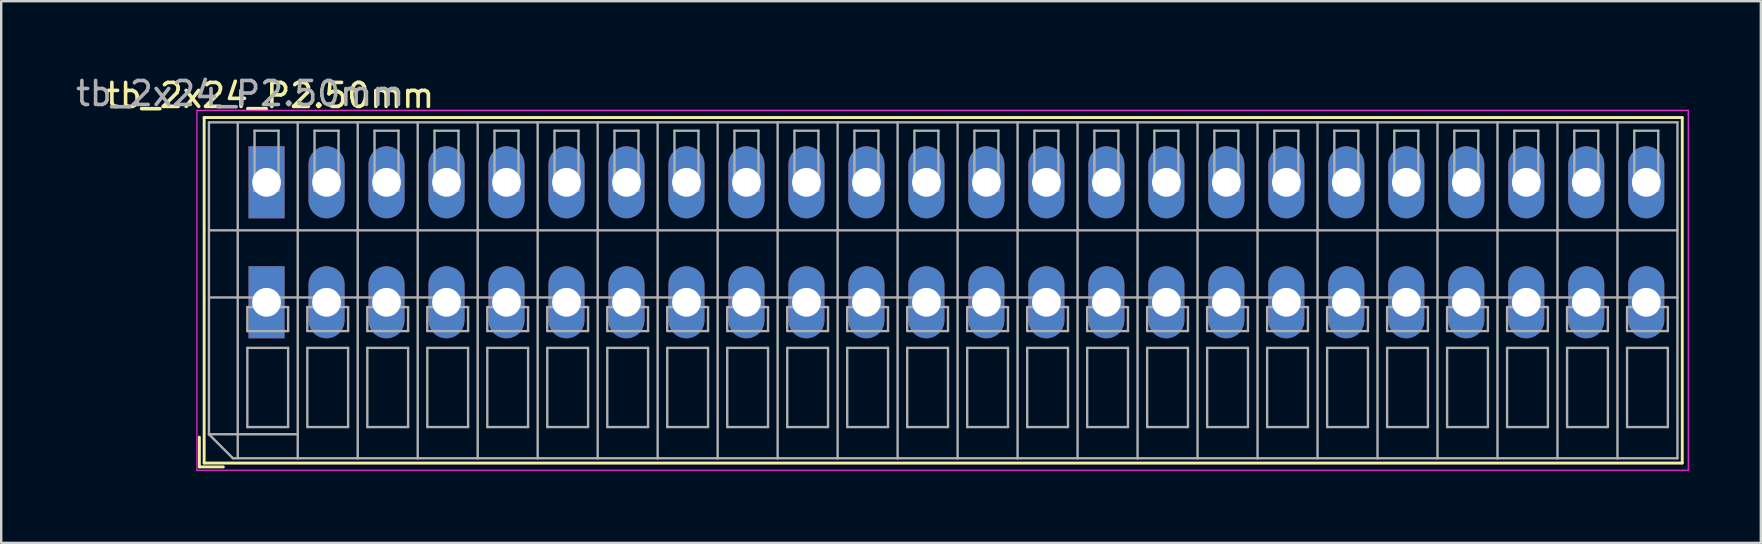
<source format=kicad_pcb>
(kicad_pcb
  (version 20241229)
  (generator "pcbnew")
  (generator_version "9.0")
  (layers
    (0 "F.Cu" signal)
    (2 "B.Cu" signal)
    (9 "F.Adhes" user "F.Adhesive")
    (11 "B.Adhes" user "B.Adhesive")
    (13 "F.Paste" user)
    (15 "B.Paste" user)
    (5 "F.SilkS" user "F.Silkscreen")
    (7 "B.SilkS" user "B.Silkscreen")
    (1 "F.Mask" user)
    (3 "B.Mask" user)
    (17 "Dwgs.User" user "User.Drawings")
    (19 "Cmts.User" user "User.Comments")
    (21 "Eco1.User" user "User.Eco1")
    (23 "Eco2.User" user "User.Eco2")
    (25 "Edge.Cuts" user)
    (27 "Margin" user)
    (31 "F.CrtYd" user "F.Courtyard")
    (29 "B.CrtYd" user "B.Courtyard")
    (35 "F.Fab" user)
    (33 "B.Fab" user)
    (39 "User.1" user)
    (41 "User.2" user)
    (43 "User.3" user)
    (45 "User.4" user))
  (footprint "tb_2x24_P2.50mm"
    (layer "F.Cu")
    (at 8.058 7.048)
    (property "Reference" "tb_2x24_P2.50mm" (at 0.15 -6.12 0) (layer "F.SilkS") (effects (font (size 1 1) (thickness 0.15))))
    (attr through_hole)
    (fp_line (start -2.8 8.12) (end -2.8 9.36) (stroke (width 0.12) (type solid)) (layer "F.SilkS"))
    (fp_line (start -2.8 9.36) (end -1.8 9.36) (stroke (width 0.12) (type solid)) (layer "F.SilkS"))
    (fp_line (start -2.6 -5.2) (end -2.6 9.2) (stroke (width 0.12) (type solid)) (layer "F.SilkS"))
    (fp_line (start -2.6 -5.2) (end 59 -5.2) (stroke (width 0.12) (type solid)) (layer "F.SilkS"))
    (fp_line (start -2.6 9.2) (end 59 9.2) (stroke (width 0.12) (type solid)) (layer "F.SilkS"))
    (fp_line (start 59 -5.2) (end 59 9.2) (stroke (width 0.12) (type solid)) (layer "F.SilkS"))
    (fp_line (start -2.9 -5.5) (end -2.9 9.5) (stroke (width 0.05) (type solid)) (layer "F.CrtYd"))
    (fp_line (start -2.9 9.5) (end 59.25 9.5) (stroke (width 0.05) (type solid)) (layer "F.CrtYd"))
    (fp_line (start 59.25 -5.5) (end -2.9 -5.5) (stroke (width 0.05) (type solid)) (layer "F.CrtYd"))
    (fp_line (start 59.25 -5.5) (end 59.25 9.5) (stroke (width 0.05) (type solid)) (layer "F.CrtYd"))
    (fp_line (start -2.4 -5) (end 1.3 -5) (stroke (width 0.1) (type solid)) (layer "F.Fab"))
    (fp_line (start -2.4 -0.5) (end 1.3 -0.5) (stroke (width 0.1) (type solid)) (layer "F.Fab"))
    (fp_line (start -2.4 2.3) (end 1.3 2.3) (stroke (width 0.1) (type solid)) (layer "F.Fab"))
    (fp_line (start -2.4 8) (end -2.4 -5) (stroke (width 0.1) (type solid)) (layer "F.Fab"))
    (fp_line (start -2.4 8) (end 1.3 8) (stroke (width 0.1) (type solid)) (layer "F.Fab"))
    (fp_line (start -1.4 9) (end -2.4 8) (stroke (width 0.1) (type solid)) (layer "F.Fab"))
    (fp_line (start -1.4 9) (end 1.3 9) (stroke (width 0.1) (type solid)) (layer "F.Fab"))
    (fp_line (start -1.2 -5) (end -1.2 9) (stroke (width 0.1) (type solid)) (layer "F.Fab"))
    (fp_line (start -0.8 2.7) (end -0.8 3.7) (stroke (width 0.1) (type solid)) (layer "F.Fab"))
    (fp_line (start -0.8 3.7) (end 0.9 3.7) (stroke (width 0.1) (type solid)) (layer "F.Fab"))
    (fp_line (start -0.8 4.4) (end -0.8 7.7) (stroke (width 0.1) (type solid)) (layer "F.Fab"))
    (fp_line (start -0.8 7.7) (end 0.9 7.7) (stroke (width 0.1) (type solid)) (layer "F.Fab"))
    (fp_line (start -0.5 -4.65) (end -0.5 -2.15) (stroke (width 0.1) (type solid)) (layer "F.Fab"))
    (fp_line (start -0.5 -2.15) (end 0.5 -2.15) (stroke (width 0.1) (type solid)) (layer "F.Fab"))
    (fp_line (start 0.5 -4.65) (end -0.5 -4.65) (stroke (width 0.1) (type solid)) (layer "F.Fab"))
    (fp_line (start 0.5 -2.15) (end 0.5 -4.65) (stroke (width 0.1) (type solid)) (layer "F.Fab"))
    (fp_line (start 0.9 2.7) (end -0.8 2.7) (stroke (width 0.1) (type solid)) (layer "F.Fab"))
    (fp_line (start 0.9 3.7) (end 0.9 2.7) (stroke (width 0.1) (type solid)) (layer "F.Fab"))
    (fp_line (start 0.9 4.4) (end -0.8 4.4) (stroke (width 0.1) (type solid)) (layer "F.Fab"))
    (fp_line (start 0.9 7.7) (end 0.9 4.4) (stroke (width 0.1) (type solid)) (layer "F.Fab"))
    (fp_line (start 1.3 -5) (end 3.8 -5) (stroke (width 0.1) (type solid)) (layer "F.Fab"))
    (fp_line (start 1.3 -0.5) (end 3.8 -0.5) (stroke (width 0.1) (type solid)) (layer "F.Fab"))
    (fp_line (start 1.3 2.3) (end 3.8 2.3) (stroke (width 0.1) (type solid)) (layer "F.Fab"))
    (fp_line (start 1.3 9) (end 1.3 -5) (stroke (width 0.1) (type solid)) (layer "F.Fab"))
    (fp_line (start 1.3 9) (end 3.8 9) (stroke (width 0.1) (type solid)) (layer "F.Fab"))
    (fp_line (start 1.7 2.7) (end 1.7 3.7) (stroke (width 0.1) (type solid)) (layer "F.Fab"))
    (fp_line (start 1.7 3.7) (end 3.4 3.7) (stroke (width 0.1) (type solid)) (layer "F.Fab"))
    (fp_line (start 1.7 4.4) (end 1.7 7.7) (stroke (width 0.1) (type solid)) (layer "F.Fab"))
    (fp_line (start 1.7 7.7) (end 3.4 7.7) (stroke (width 0.1) (type solid)) (layer "F.Fab"))
    (fp_line (start 2 -4.65) (end 2 -2.15) (stroke (width 0.1) (type solid)) (layer "F.Fab"))
    (fp_line (start 2 -2.15) (end 3 -2.15) (stroke (width 0.1) (type solid)) (layer "F.Fab"))
    (fp_line (start 3 -4.65) (end 2 -4.65) (stroke (width 0.1) (type solid)) (layer "F.Fab"))
    (fp_line (start 3 -2.15) (end 3 -4.65) (stroke (width 0.1) (type solid)) (layer "F.Fab"))
    (fp_line (start 3.4 2.7) (end 1.7 2.7) (stroke (width 0.1) (type solid)) (layer "F.Fab"))
    (fp_line (start 3.4 3.7) (end 3.4 2.7) (stroke (width 0.1) (type solid)) (layer "F.Fab"))
    (fp_line (start 3.4 4.4) (end 1.7 4.4) (stroke (width 0.1) (type solid)) (layer "F.Fab"))
    (fp_line (start 3.4 7.7) (end 3.4 4.4) (stroke (width 0.1) (type solid)) (layer "F.Fab"))
    (fp_line (start 3.8 -5) (end 6.3 -5) (stroke (width 0.1) (type solid)) (layer "F.Fab"))
    (fp_line (start 3.8 -0.5) (end 6.3 -0.5) (stroke (width 0.1) (type solid)) (layer "F.Fab"))
    (fp_line (start 3.8 2.3) (end 6.3 2.3) (stroke (width 0.1) (type solid)) (layer "F.Fab"))
    (fp_line (start 3.8 9) (end 3.8 -5) (stroke (width 0.1) (type solid)) (layer "F.Fab"))
    (fp_line (start 3.8 9) (end 6.3 9) (stroke (width 0.1) (type solid)) (layer "F.Fab"))
    (fp_line (start 4.2 2.7) (end 4.2 3.7) (stroke (width 0.1) (type solid)) (layer "F.Fab"))
    (fp_line (start 4.2 3.7) (end 5.9 3.7) (stroke (width 0.1) (type solid)) (layer "F.Fab"))
    (fp_line (start 4.2 4.4) (end 4.2 7.7) (stroke (width 0.1) (type solid)) (layer "F.Fab"))
    (fp_line (start 4.2 7.7) (end 5.9 7.7) (stroke (width 0.1) (type solid)) (layer "F.Fab"))
    (fp_line (start 4.5 -4.65) (end 4.5 -2.15) (stroke (width 0.1) (type solid)) (layer "F.Fab"))
    (fp_line (start 4.5 -2.15) (end 5.5 -2.15) (stroke (width 0.1) (type solid)) (layer "F.Fab"))
    (fp_line (start 5.5 -4.65) (end 4.5 -4.65) (stroke (width 0.1) (type solid)) (layer "F.Fab"))
    (fp_line (start 5.5 -2.15) (end 5.5 -4.65) (stroke (width 0.1) (type solid)) (layer "F.Fab"))
    (fp_line (start 5.9 2.7) (end 4.2 2.7) (stroke (width 0.1) (type solid)) (layer "F.Fab"))
    (fp_line (start 5.9 3.7) (end 5.9 2.7) (stroke (width 0.1) (type solid)) (layer "F.Fab"))
    (fp_line (start 5.9 4.4) (end 4.2 4.4) (stroke (width 0.1) (type solid)) (layer "F.Fab"))
    (fp_line (start 5.9 7.7) (end 5.9 4.4) (stroke (width 0.1) (type solid)) (layer "F.Fab"))
    (fp_line (start 6.3 -5) (end 8.8 -5) (stroke (width 0.1) (type solid)) (layer "F.Fab"))
    (fp_line (start 6.3 -0.5) (end 8.8 -0.5) (stroke (width 0.1) (type solid)) (layer "F.Fab"))
    (fp_line (start 6.3 2.3) (end 8.8 2.3) (stroke (width 0.1) (type solid)) (layer "F.Fab"))
    (fp_line (start 6.3 9) (end 6.3 -5) (stroke (width 0.1) (type solid)) (layer "F.Fab"))
    (fp_line (start 6.3 9) (end 8.8 9) (stroke (width 0.1) (type solid)) (layer "F.Fab"))
    (fp_line (start 6.7 2.7) (end 6.7 3.7) (stroke (width 0.1) (type solid)) (layer "F.Fab"))
    (fp_line (start 6.7 3.7) (end 8.4 3.7) (stroke (width 0.1) (type solid)) (layer "F.Fab"))
    (fp_line (start 6.7 4.4) (end 6.7 7.7) (stroke (width 0.1) (type solid)) (layer "F.Fab"))
    (fp_line (start 6.7 7.7) (end 8.4 7.7) (stroke (width 0.1) (type solid)) (layer "F.Fab"))
    (fp_line (start 7 -4.65) (end 7 -2.15) (stroke (width 0.1) (type solid)) (layer "F.Fab"))
    (fp_line (start 7 -2.15) (end 8 -2.15) (stroke (width 0.1) (type solid)) (layer "F.Fab"))
    (fp_line (start 8 -4.65) (end 7 -4.65) (stroke (width 0.1) (type solid)) (layer "F.Fab"))
    (fp_line (start 8 -2.15) (end 8 -4.65) (stroke (width 0.1) (type solid)) (layer "F.Fab"))
    (fp_line (start 8.4 2.7) (end 6.7 2.7) (stroke (width 0.1) (type solid)) (layer "F.Fab"))
    (fp_line (start 8.4 3.7) (end 8.4 2.7) (stroke (width 0.1) (type solid)) (layer "F.Fab"))
    (fp_line (start 8.4 4.4) (end 6.7 4.4) (stroke (width 0.1) (type solid)) (layer "F.Fab"))
    (fp_line (start 8.4 7.7) (end 8.4 4.4) (stroke (width 0.1) (type solid)) (layer "F.Fab"))
    (fp_line (start 8.8 -5) (end 11.3 -5) (stroke (width 0.1) (type solid)) (layer "F.Fab"))
    (fp_line (start 8.8 -0.5) (end 11.3 -0.5) (stroke (width 0.1) (type solid)) (layer "F.Fab"))
    (fp_line (start 8.8 2.3) (end 11.3 2.3) (stroke (width 0.1) (type solid)) (layer "F.Fab"))
    (fp_line (start 8.8 9) (end 8.8 -5) (stroke (width 0.1) (type solid)) (layer "F.Fab"))
    (fp_line (start 8.8 9) (end 11.3 9) (stroke (width 0.1) (type solid)) (layer "F.Fab"))
    (fp_line (start 9.2 2.7) (end 9.2 3.7) (stroke (width 0.1) (type solid)) (layer "F.Fab"))
    (fp_line (start 9.2 3.7) (end 10.9 3.7) (stroke (width 0.1) (type solid)) (layer "F.Fab"))
    (fp_line (start 9.2 4.4) (end 9.2 7.7) (stroke (width 0.1) (type solid)) (layer "F.Fab"))
    (fp_line (start 9.2 7.7) (end 10.9 7.7) (stroke (width 0.1) (type solid)) (layer "F.Fab"))
    (fp_line (start 9.5 -4.65) (end 9.5 -2.15) (stroke (width 0.1) (type solid)) (layer "F.Fab"))
    (fp_line (start 9.5 -2.15) (end 10.5 -2.15) (stroke (width 0.1) (type solid)) (layer "F.Fab"))
    (fp_line (start 10.5 -4.65) (end 9.5 -4.65) (stroke (width 0.1) (type solid)) (layer "F.Fab"))
    (fp_line (start 10.5 -2.15) (end 10.5 -4.65) (stroke (width 0.1) (type solid)) (layer "F.Fab"))
    (fp_line (start 10.9 2.7) (end 9.2 2.7) (stroke (width 0.1) (type solid)) (layer "F.Fab"))
    (fp_line (start 10.9 3.7) (end 10.9 2.7) (stroke (width 0.1) (type solid)) (layer "F.Fab"))
    (fp_line (start 10.9 4.4) (end 9.2 4.4) (stroke (width 0.1) (type solid)) (layer "F.Fab"))
    (fp_line (start 10.9 7.7) (end 10.9 4.4) (stroke (width 0.1) (type solid)) (layer "F.Fab"))
    (fp_line (start 11.3 -5) (end 13.8 -5) (stroke (width 0.1) (type solid)) (layer "F.Fab"))
    (fp_line (start 11.3 -0.5) (end 13.8 -0.5) (stroke (width 0.1) (type solid)) (layer "F.Fab"))
    (fp_line (start 11.3 2.3) (end 13.8 2.3) (stroke (width 0.1) (type solid)) (layer "F.Fab"))
    (fp_line (start 11.3 9) (end 11.3 -5) (stroke (width 0.1) (type solid)) (layer "F.Fab"))
    (fp_line (start 11.3 9) (end 13.8 9) (stroke (width 0.1) (type solid)) (layer "F.Fab"))
    (fp_line (start 11.7 2.7) (end 11.7 3.7) (stroke (width 0.1) (type solid)) (layer "F.Fab"))
    (fp_line (start 11.7 3.7) (end 13.4 3.7) (stroke (width 0.1) (type solid)) (layer "F.Fab"))
    (fp_line (start 11.7 4.4) (end 11.7 7.7) (stroke (width 0.1) (type solid)) (layer "F.Fab"))
    (fp_line (start 11.7 7.7) (end 13.4 7.7) (stroke (width 0.1) (type solid)) (layer "F.Fab"))
    (fp_line (start 12 -4.65) (end 12 -2.15) (stroke (width 0.1) (type solid)) (layer "F.Fab"))
    (fp_line (start 12 -2.15) (end 13 -2.15) (stroke (width 0.1) (type solid)) (layer "F.Fab"))
    (fp_line (start 13 -4.65) (end 12 -4.65) (stroke (width 0.1) (type solid)) (layer "F.Fab"))
    (fp_line (start 13 -2.15) (end 13 -4.65) (stroke (width 0.1) (type solid)) (layer "F.Fab"))
    (fp_line (start 13.4 2.7) (end 11.7 2.7) (stroke (width 0.1) (type solid)) (layer "F.Fab"))
    (fp_line (start 13.4 3.7) (end 13.4 2.7) (stroke (width 0.1) (type solid)) (layer "F.Fab"))
    (fp_line (start 13.4 4.4) (end 11.7 4.4) (stroke (width 0.1) (type solid)) (layer "F.Fab"))
    (fp_line (start 13.4 7.7) (end 13.4 4.4) (stroke (width 0.1) (type solid)) (layer "F.Fab"))
    (fp_line (start 13.8 -5) (end 16.3 -5) (stroke (width 0.1) (type solid)) (layer "F.Fab"))
    (fp_line (start 13.8 -0.5) (end 16.3 -0.5) (stroke (width 0.1) (type solid)) (layer "F.Fab"))
    (fp_line (start 13.8 2.3) (end 16.3 2.3) (stroke (width 0.1) (type solid)) (layer "F.Fab"))
    (fp_line (start 13.8 9) (end 13.8 -5) (stroke (width 0.1) (type solid)) (layer "F.Fab"))
    (fp_line (start 13.8 9) (end 16.3 9) (stroke (width 0.1) (type solid)) (layer "F.Fab"))
    (fp_line (start 14.2 2.7) (end 14.2 3.7) (stroke (width 0.1) (type solid)) (layer "F.Fab"))
    (fp_line (start 14.2 3.7) (end 15.9 3.7) (stroke (width 0.1) (type solid)) (layer "F.Fab"))
    (fp_line (start 14.2 4.4) (end 14.2 7.7) (stroke (width 0.1) (type solid)) (layer "F.Fab"))
    (fp_line (start 14.2 7.7) (end 15.9 7.7) (stroke (width 0.1) (type solid)) (layer "F.Fab"))
    (fp_line (start 14.5 -4.65) (end 14.5 -2.15) (stroke (width 0.1) (type solid)) (layer "F.Fab"))
    (fp_line (start 14.5 -2.15) (end 15.5 -2.15) (stroke (width 0.1) (type solid)) (layer "F.Fab"))
    (fp_line (start 15.5 -4.65) (end 14.5 -4.65) (stroke (width 0.1) (type solid)) (layer "F.Fab"))
    (fp_line (start 15.5 -2.15) (end 15.5 -4.65) (stroke (width 0.1) (type solid)) (layer "F.Fab"))
    (fp_line (start 15.9 2.7) (end 14.2 2.7) (stroke (width 0.1) (type solid)) (layer "F.Fab"))
    (fp_line (start 15.9 3.7) (end 15.9 2.7) (stroke (width 0.1) (type solid)) (layer "F.Fab"))
    (fp_line (start 15.9 4.4) (end 14.2 4.4) (stroke (width 0.1) (type solid)) (layer "F.Fab"))
    (fp_line (start 15.9 7.7) (end 15.9 4.4) (stroke (width 0.1) (type solid)) (layer "F.Fab"))
    (fp_line (start 16.3 -5) (end 18.8 -5) (stroke (width 0.1) (type solid)) (layer "F.Fab"))
    (fp_line (start 16.3 -0.5) (end 18.8 -0.5) (stroke (width 0.1) (type solid)) (layer "F.Fab"))
    (fp_line (start 16.3 2.3) (end 18.8 2.3) (stroke (width 0.1) (type solid)) (layer "F.Fab"))
    (fp_line (start 16.3 9) (end 16.3 -5) (stroke (width 0.1) (type solid)) (layer "F.Fab"))
    (fp_line (start 16.3 9) (end 18.8 9) (stroke (width 0.1) (type solid)) (layer "F.Fab"))
    (fp_line (start 16.7 2.7) (end 16.7 3.7) (stroke (width 0.1) (type solid)) (layer "F.Fab"))
    (fp_line (start 16.7 3.7) (end 18.4 3.7) (stroke (width 0.1) (type solid)) (layer "F.Fab"))
    (fp_line (start 16.7 4.4) (end 16.7 7.7) (stroke (width 0.1) (type solid)) (layer "F.Fab"))
    (fp_line (start 16.7 7.7) (end 18.4 7.7) (stroke (width 0.1) (type solid)) (layer "F.Fab"))
    (fp_line (start 17 -4.65) (end 17 -2.15) (stroke (width 0.1) (type solid)) (layer "F.Fab"))
    (fp_line (start 17 -2.15) (end 18 -2.15) (stroke (width 0.1) (type solid)) (layer "F.Fab"))
    (fp_line (start 18 -4.65) (end 17 -4.65) (stroke (width 0.1) (type solid)) (layer "F.Fab"))
    (fp_line (start 18 -2.15) (end 18 -4.65) (stroke (width 0.1) (type solid)) (layer "F.Fab"))
    (fp_line (start 18.4 2.7) (end 16.7 2.7) (stroke (width 0.1) (type solid)) (layer "F.Fab"))
    (fp_line (start 18.4 3.7) (end 18.4 2.7) (stroke (width 0.1) (type solid)) (layer "F.Fab"))
    (fp_line (start 18.4 4.4) (end 16.7 4.4) (stroke (width 0.1) (type solid)) (layer "F.Fab"))
    (fp_line (start 18.4 7.7) (end 18.4 4.4) (stroke (width 0.1) (type solid)) (layer "F.Fab"))
    (fp_line (start 18.8 -5) (end 21.3 -5) (stroke (width 0.1) (type solid)) (layer "F.Fab"))
    (fp_line (start 18.8 -0.5) (end 21.3 -0.5) (stroke (width 0.1) (type solid)) (layer "F.Fab"))
    (fp_line (start 18.8 2.3) (end 21.3 2.3) (stroke (width 0.1) (type solid)) (layer "F.Fab"))
    (fp_line (start 18.8 9) (end 18.8 -5) (stroke (width 0.1) (type solid)) (layer "F.Fab"))
    (fp_line (start 18.8 9) (end 21.3 9) (stroke (width 0.1) (type solid)) (layer "F.Fab"))
    (fp_line (start 19.2 2.7) (end 19.2 3.7) (stroke (width 0.1) (type solid)) (layer "F.Fab"))
    (fp_line (start 19.2 3.7) (end 20.9 3.7) (stroke (width 0.1) (type solid)) (layer "F.Fab"))
    (fp_line (start 19.2 4.4) (end 19.2 7.7) (stroke (width 0.1) (type solid)) (layer "F.Fab"))
    (fp_line (start 19.2 7.7) (end 20.9 7.7) (stroke (width 0.1) (type solid)) (layer "F.Fab"))
    (fp_line (start 19.5 -4.65) (end 19.5 -2.15) (stroke (width 0.1) (type solid)) (layer "F.Fab"))
    (fp_line (start 19.5 -2.15) (end 20.5 -2.15) (stroke (width 0.1) (type solid)) (layer "F.Fab"))
    (fp_line (start 20.5 -4.65) (end 19.5 -4.65) (stroke (width 0.1) (type solid)) (layer "F.Fab"))
    (fp_line (start 20.5 -2.15) (end 20.5 -4.65) (stroke (width 0.1) (type solid)) (layer "F.Fab"))
    (fp_line (start 20.9 2.7) (end 19.2 2.7) (stroke (width 0.1) (type solid)) (layer "F.Fab"))
    (fp_line (start 20.9 3.7) (end 20.9 2.7) (stroke (width 0.1) (type solid)) (layer "F.Fab"))
    (fp_line (start 20.9 4.4) (end 19.2 4.4) (stroke (width 0.1) (type solid)) (layer "F.Fab"))
    (fp_line (start 20.9 7.7) (end 20.9 4.4) (stroke (width 0.1) (type solid)) (layer "F.Fab"))
    (fp_line (start 21.3 -5) (end 23.8 -5) (stroke (width 0.1) (type solid)) (layer "F.Fab"))
    (fp_line (start 21.3 -0.5) (end 23.8 -0.5) (stroke (width 0.1) (type solid)) (layer "F.Fab"))
    (fp_line (start 21.3 2.3) (end 23.8 2.3) (stroke (width 0.1) (type solid)) (layer "F.Fab"))
    (fp_line (start 21.3 9) (end 21.3 -5) (stroke (width 0.1) (type solid)) (layer "F.Fab"))
    (fp_line (start 21.3 9) (end 23.8 9) (stroke (width 0.1) (type solid)) (layer "F.Fab"))
    (fp_line (start 21.7 2.7) (end 21.7 3.7) (stroke (width 0.1) (type solid)) (layer "F.Fab"))
    (fp_line (start 21.7 3.7) (end 23.4 3.7) (stroke (width 0.1) (type solid)) (layer "F.Fab"))
    (fp_line (start 21.7 4.4) (end 21.7 7.7) (stroke (width 0.1) (type solid)) (layer "F.Fab"))
    (fp_line (start 21.7 7.7) (end 23.4 7.7) (stroke (width 0.1) (type solid)) (layer "F.Fab"))
    (fp_line (start 22 -4.65) (end 22 -2.15) (stroke (width 0.1) (type solid)) (layer "F.Fab"))
    (fp_line (start 22 -2.15) (end 23 -2.15) (stroke (width 0.1) (type solid)) (layer "F.Fab"))
    (fp_line (start 23 -4.65) (end 22 -4.65) (stroke (width 0.1) (type solid)) (layer "F.Fab"))
    (fp_line (start 23 -2.15) (end 23 -4.65) (stroke (width 0.1) (type solid)) (layer "F.Fab"))
    (fp_line (start 23.4 2.7) (end 21.7 2.7) (stroke (width 0.1) (type solid)) (layer "F.Fab"))
    (fp_line (start 23.4 3.7) (end 23.4 2.7) (stroke (width 0.1) (type solid)) (layer "F.Fab"))
    (fp_line (start 23.4 4.4) (end 21.7 4.4) (stroke (width 0.1) (type solid)) (layer "F.Fab"))
    (fp_line (start 23.4 7.7) (end 23.4 4.4) (stroke (width 0.1) (type solid)) (layer "F.Fab"))
    (fp_line (start 23.8 -5) (end 26.3 -5) (stroke (width 0.1) (type solid)) (layer "F.Fab"))
    (fp_line (start 23.8 -0.5) (end 26.3 -0.5) (stroke (width 0.1) (type solid)) (layer "F.Fab"))
    (fp_line (start 23.8 2.3) (end 26.3 2.3) (stroke (width 0.1) (type solid)) (layer "F.Fab"))
    (fp_line (start 23.8 9) (end 23.8 -5) (stroke (width 0.1) (type solid)) (layer "F.Fab"))
    (fp_line (start 23.8 9) (end 26.3 9) (stroke (width 0.1) (type solid)) (layer "F.Fab"))
    (fp_line (start 24.2 2.7) (end 24.2 3.7) (stroke (width 0.1) (type solid)) (layer "F.Fab"))
    (fp_line (start 24.2 3.7) (end 25.9 3.7) (stroke (width 0.1) (type solid)) (layer "F.Fab"))
    (fp_line (start 24.2 4.4) (end 24.2 7.7) (stroke (width 0.1) (type solid)) (layer "F.Fab"))
    (fp_line (start 24.2 7.7) (end 25.9 7.7) (stroke (width 0.1) (type solid)) (layer "F.Fab"))
    (fp_line (start 24.5 -4.65) (end 24.5 -2.15) (stroke (width 0.1) (type solid)) (layer "F.Fab"))
    (fp_line (start 24.5 -2.15) (end 25.5 -2.15) (stroke (width 0.1) (type solid)) (layer "F.Fab"))
    (fp_line (start 25.5 -4.65) (end 24.5 -4.65) (stroke (width 0.1) (type solid)) (layer "F.Fab"))
    (fp_line (start 25.5 -2.15) (end 25.5 -4.65) (stroke (width 0.1) (type solid)) (layer "F.Fab"))
    (fp_line (start 25.9 2.7) (end 24.2 2.7) (stroke (width 0.1) (type solid)) (layer "F.Fab"))
    (fp_line (start 25.9 3.7) (end 25.9 2.7) (stroke (width 0.1) (type solid)) (layer "F.Fab"))
    (fp_line (start 25.9 4.4) (end 24.2 4.4) (stroke (width 0.1) (type solid)) (layer "F.Fab"))
    (fp_line (start 25.9 7.7) (end 25.9 4.4) (stroke (width 0.1) (type solid)) (layer "F.Fab"))
    (fp_line (start 26.3 -5) (end 28.8 -5) (stroke (width 0.1) (type solid)) (layer "F.Fab"))
    (fp_line (start 26.3 -0.5) (end 28.8 -0.5) (stroke (width 0.1) (type solid)) (layer "F.Fab"))
    (fp_line (start 26.3 2.3) (end 28.8 2.3) (stroke (width 0.1) (type solid)) (layer "F.Fab"))
    (fp_line (start 26.3 9) (end 26.3 -5) (stroke (width 0.1) (type solid)) (layer "F.Fab"))
    (fp_line (start 26.3 9) (end 28.8 9) (stroke (width 0.1) (type solid)) (layer "F.Fab"))
    (fp_line (start 26.7 2.7) (end 26.7 3.7) (stroke (width 0.1) (type solid)) (layer "F.Fab"))
    (fp_line (start 26.7 3.7) (end 28.4 3.7) (stroke (width 0.1) (type solid)) (layer "F.Fab"))
    (fp_line (start 26.7 4.4) (end 26.7 7.7) (stroke (width 0.1) (type solid)) (layer "F.Fab"))
    (fp_line (start 26.7 7.7) (end 28.4 7.7) (stroke (width 0.1) (type solid)) (layer "F.Fab"))
    (fp_line (start 27 -4.65) (end 27 -2.15) (stroke (width 0.1) (type solid)) (layer "F.Fab"))
    (fp_line (start 27 -2.15) (end 28 -2.15) (stroke (width 0.1) (type solid)) (layer "F.Fab"))
    (fp_line (start 28 -4.65) (end 27 -4.65) (stroke (width 0.1) (type solid)) (layer "F.Fab"))
    (fp_line (start 28 -2.15) (end 28 -4.65) (stroke (width 0.1) (type solid)) (layer "F.Fab"))
    (fp_line (start 28.4 2.7) (end 26.7 2.7) (stroke (width 0.1) (type solid)) (layer "F.Fab"))
    (fp_line (start 28.4 3.7) (end 28.4 2.7) (stroke (width 0.1) (type solid)) (layer "F.Fab"))
    (fp_line (start 28.4 4.4) (end 26.7 4.4) (stroke (width 0.1) (type solid)) (layer "F.Fab"))
    (fp_line (start 28.4 7.7) (end 28.4 4.4) (stroke (width 0.1) (type solid)) (layer "F.Fab"))
    (fp_line (start 28.8 -5) (end 31.3 -5) (stroke (width 0.1) (type solid)) (layer "F.Fab"))
    (fp_line (start 28.8 -0.5) (end 31.3 -0.5) (stroke (width 0.1) (type solid)) (layer "F.Fab"))
    (fp_line (start 28.8 2.3) (end 31.3 2.3) (stroke (width 0.1) (type solid)) (layer "F.Fab"))
    (fp_line (start 28.8 9) (end 28.8 -5) (stroke (width 0.1) (type solid)) (layer "F.Fab"))
    (fp_line (start 28.8 9) (end 31.3 9) (stroke (width 0.1) (type solid)) (layer "F.Fab"))
    (fp_line (start 29.2 2.7) (end 29.2 3.7) (stroke (width 0.1) (type solid)) (layer "F.Fab"))
    (fp_line (start 29.2 3.7) (end 30.9 3.7) (stroke (width 0.1) (type solid)) (layer "F.Fab"))
    (fp_line (start 29.2 4.4) (end 29.2 7.7) (stroke (width 0.1) (type solid)) (layer "F.Fab"))
    (fp_line (start 29.2 7.7) (end 30.9 7.7) (stroke (width 0.1) (type solid)) (layer "F.Fab"))
    (fp_line (start 29.5 -4.65) (end 29.5 -2.15) (stroke (width 0.1) (type solid)) (layer "F.Fab"))
    (fp_line (start 29.5 -2.15) (end 30.5 -2.15) (stroke (width 0.1) (type solid)) (layer "F.Fab"))
    (fp_line (start 30.5 -4.65) (end 29.5 -4.65) (stroke (width 0.1) (type solid)) (layer "F.Fab"))
    (fp_line (start 30.5 -2.15) (end 30.5 -4.65) (stroke (width 0.1) (type solid)) (layer "F.Fab"))
    (fp_line (start 30.9 2.7) (end 29.2 2.7) (stroke (width 0.1) (type solid)) (layer "F.Fab"))
    (fp_line (start 30.9 3.7) (end 30.9 2.7) (stroke (width 0.1) (type solid)) (layer "F.Fab"))
    (fp_line (start 30.9 4.4) (end 29.2 4.4) (stroke (width 0.1) (type solid)) (layer "F.Fab"))
    (fp_line (start 30.9 7.7) (end 30.9 4.4) (stroke (width 0.1) (type solid)) (layer "F.Fab"))
    (fp_line (start 31.3 -5) (end 33.8 -5) (stroke (width 0.1) (type solid)) (layer "F.Fab"))
    (fp_line (start 31.3 -0.5) (end 33.8 -0.5) (stroke (width 0.1) (type solid)) (layer "F.Fab"))
    (fp_line (start 31.3 2.3) (end 33.8 2.3) (stroke (width 0.1) (type solid)) (layer "F.Fab"))
    (fp_line (start 31.3 9) (end 31.3 -5) (stroke (width 0.1) (type solid)) (layer "F.Fab"))
    (fp_line (start 31.3 9) (end 33.8 9) (stroke (width 0.1) (type solid)) (layer "F.Fab"))
    (fp_line (start 31.7 2.7) (end 31.7 3.7) (stroke (width 0.1) (type solid)) (layer "F.Fab"))
    (fp_line (start 31.7 3.7) (end 33.4 3.7) (stroke (width 0.1) (type solid)) (layer "F.Fab"))
    (fp_line (start 31.7 4.4) (end 31.7 7.7) (stroke (width 0.1) (type solid)) (layer "F.Fab"))
    (fp_line (start 31.7 7.7) (end 33.4 7.7) (stroke (width 0.1) (type solid)) (layer "F.Fab"))
    (fp_line (start 32 -4.65) (end 32 -2.15) (stroke (width 0.1) (type solid)) (layer "F.Fab"))
    (fp_line (start 32 -2.15) (end 33 -2.15) (stroke (width 0.1) (type solid)) (layer "F.Fab"))
    (fp_line (start 33 -4.65) (end 32 -4.65) (stroke (width 0.1) (type solid)) (layer "F.Fab"))
    (fp_line (start 33 -2.15) (end 33 -4.65) (stroke (width 0.1) (type solid)) (layer "F.Fab"))
    (fp_line (start 33.4 2.7) (end 31.7 2.7) (stroke (width 0.1) (type solid)) (layer "F.Fab"))
    (fp_line (start 33.4 3.7) (end 33.4 2.7) (stroke (width 0.1) (type solid)) (layer "F.Fab"))
    (fp_line (start 33.4 4.4) (end 31.7 4.4) (stroke (width 0.1) (type solid)) (layer "F.Fab"))
    (fp_line (start 33.4 7.7) (end 33.4 4.4) (stroke (width 0.1) (type solid)) (layer "F.Fab"))
    (fp_line (start 33.8 -5) (end 36.3 -5) (stroke (width 0.1) (type solid)) (layer "F.Fab"))
    (fp_line (start 33.8 -0.5) (end 36.3 -0.5) (stroke (width 0.1) (type solid)) (layer "F.Fab"))
    (fp_line (start 33.8 2.3) (end 36.3 2.3) (stroke (width 0.1) (type solid)) (layer "F.Fab"))
    (fp_line (start 33.8 9) (end 33.8 -5) (stroke (width 0.1) (type solid)) (layer "F.Fab"))
    (fp_line (start 33.8 9) (end 36.3 9) (stroke (width 0.1) (type solid)) (layer "F.Fab"))
    (fp_line (start 34.2 2.7) (end 34.2 3.7) (stroke (width 0.1) (type solid)) (layer "F.Fab"))
    (fp_line (start 34.2 3.7) (end 35.9 3.7) (stroke (width 0.1) (type solid)) (layer "F.Fab"))
    (fp_line (start 34.2 4.4) (end 34.2 7.7) (stroke (width 0.1) (type solid)) (layer "F.Fab"))
    (fp_line (start 34.2 7.7) (end 35.9 7.7) (stroke (width 0.1) (type solid)) (layer "F.Fab"))
    (fp_line (start 34.5 -4.65) (end 34.5 -2.15) (stroke (width 0.1) (type solid)) (layer "F.Fab"))
    (fp_line (start 34.5 -2.15) (end 35.5 -2.15) (stroke (width 0.1) (type solid)) (layer "F.Fab"))
    (fp_line (start 35.5 -4.65) (end 34.5 -4.65) (stroke (width 0.1) (type solid)) (layer "F.Fab"))
    (fp_line (start 35.5 -2.15) (end 35.5 -4.65) (stroke (width 0.1) (type solid)) (layer "F.Fab"))
    (fp_line (start 35.9 2.7) (end 34.2 2.7) (stroke (width 0.1) (type solid)) (layer "F.Fab"))
    (fp_line (start 35.9 3.7) (end 35.9 2.7) (stroke (width 0.1) (type solid)) (layer "F.Fab"))
    (fp_line (start 35.9 4.4) (end 34.2 4.4) (stroke (width 0.1) (type solid)) (layer "F.Fab"))
    (fp_line (start 35.9 7.7) (end 35.9 4.4) (stroke (width 0.1) (type solid)) (layer "F.Fab"))
    (fp_line (start 36.3 -5) (end 38.8 -5) (stroke (width 0.1) (type solid)) (layer "F.Fab"))
    (fp_line (start 36.3 -0.5) (end 38.8 -0.5) (stroke (width 0.1) (type solid)) (layer "F.Fab"))
    (fp_line (start 36.3 2.3) (end 38.8 2.3) (stroke (width 0.1) (type solid)) (layer "F.Fab"))
    (fp_line (start 36.3 9) (end 36.3 -5) (stroke (width 0.1) (type solid)) (layer "F.Fab"))
    (fp_line (start 36.3 9) (end 38.8 9) (stroke (width 0.1) (type solid)) (layer "F.Fab"))
    (fp_line (start 36.7 2.7) (end 36.7 3.7) (stroke (width 0.1) (type solid)) (layer "F.Fab"))
    (fp_line (start 36.7 3.7) (end 38.4 3.7) (stroke (width 0.1) (type solid)) (layer "F.Fab"))
    (fp_line (start 36.7 4.4) (end 36.7 7.7) (stroke (width 0.1) (type solid)) (layer "F.Fab"))
    (fp_line (start 36.7 7.7) (end 38.4 7.7) (stroke (width 0.1) (type solid)) (layer "F.Fab"))
    (fp_line (start 37 -4.65) (end 37 -2.15) (stroke (width 0.1) (type solid)) (layer "F.Fab"))
    (fp_line (start 37 -2.15) (end 38 -2.15) (stroke (width 0.1) (type solid)) (layer "F.Fab"))
    (fp_line (start 38 -4.65) (end 37 -4.65) (stroke (width 0.1) (type solid)) (layer "F.Fab"))
    (fp_line (start 38 -2.15) (end 38 -4.65) (stroke (width 0.1) (type solid)) (layer "F.Fab"))
    (fp_line (start 38.4 2.7) (end 36.7 2.7) (stroke (width 0.1) (type solid)) (layer "F.Fab"))
    (fp_line (start 38.4 3.7) (end 38.4 2.7) (stroke (width 0.1) (type solid)) (layer "F.Fab"))
    (fp_line (start 38.4 4.4) (end 36.7 4.4) (stroke (width 0.1) (type solid)) (layer "F.Fab"))
    (fp_line (start 38.4 7.7) (end 38.4 4.4) (stroke (width 0.1) (type solid)) (layer "F.Fab"))
    (fp_line (start 38.8 -5) (end 41.3 -5) (stroke (width 0.1) (type solid)) (layer "F.Fab"))
    (fp_line (start 38.8 -0.5) (end 41.3 -0.5) (stroke (width 0.1) (type solid)) (layer "F.Fab"))
    (fp_line (start 38.8 2.3) (end 41.3 2.3) (stroke (width 0.1) (type solid)) (layer "F.Fab"))
    (fp_line (start 38.8 9) (end 38.8 -5) (stroke (width 0.1) (type solid)) (layer "F.Fab"))
    (fp_line (start 38.8 9) (end 41.3 9) (stroke (width 0.1) (type solid)) (layer "F.Fab"))
    (fp_line (start 39.2 2.7) (end 39.2 3.7) (stroke (width 0.1) (type solid)) (layer "F.Fab"))
    (fp_line (start 39.2 3.7) (end 40.9 3.7) (stroke (width 0.1) (type solid)) (layer "F.Fab"))
    (fp_line (start 39.2 4.4) (end 39.2 7.7) (stroke (width 0.1) (type solid)) (layer "F.Fab"))
    (fp_line (start 39.2 7.7) (end 40.9 7.7) (stroke (width 0.1) (type solid)) (layer "F.Fab"))
    (fp_line (start 39.5 -4.65) (end 39.5 -2.15) (stroke (width 0.1) (type solid)) (layer "F.Fab"))
    (fp_line (start 39.5 -2.15) (end 40.5 -2.15) (stroke (width 0.1) (type solid)) (layer "F.Fab"))
    (fp_line (start 40.5 -4.65) (end 39.5 -4.65) (stroke (width 0.1) (type solid)) (layer "F.Fab"))
    (fp_line (start 40.5 -2.15) (end 40.5 -4.65) (stroke (width 0.1) (type solid)) (layer "F.Fab"))
    (fp_line (start 40.9 2.7) (end 39.2 2.7) (stroke (width 0.1) (type solid)) (layer "F.Fab"))
    (fp_line (start 40.9 3.7) (end 40.9 2.7) (stroke (width 0.1) (type solid)) (layer "F.Fab"))
    (fp_line (start 40.9 4.4) (end 39.2 4.4) (stroke (width 0.1) (type solid)) (layer "F.Fab"))
    (fp_line (start 40.9 7.7) (end 40.9 4.4) (stroke (width 0.1) (type solid)) (layer "F.Fab"))
    (fp_line (start 41.3 -5) (end 43.8 -5) (stroke (width 0.1) (type solid)) (layer "F.Fab"))
    (fp_line (start 41.3 -0.5) (end 43.8 -0.5) (stroke (width 0.1) (type solid)) (layer "F.Fab"))
    (fp_line (start 41.3 2.3) (end 43.8 2.3) (stroke (width 0.1) (type solid)) (layer "F.Fab"))
    (fp_line (start 41.3 9) (end 41.3 -5) (stroke (width 0.1) (type solid)) (layer "F.Fab"))
    (fp_line (start 41.3 9) (end 43.8 9) (stroke (width 0.1) (type solid)) (layer "F.Fab"))
    (fp_line (start 41.7 2.7) (end 41.7 3.7) (stroke (width 0.1) (type solid)) (layer "F.Fab"))
    (fp_line (start 41.7 3.7) (end 43.4 3.7) (stroke (width 0.1) (type solid)) (layer "F.Fab"))
    (fp_line (start 41.7 4.4) (end 41.7 7.7) (stroke (width 0.1) (type solid)) (layer "F.Fab"))
    (fp_line (start 41.7 7.7) (end 43.4 7.7) (stroke (width 0.1) (type solid)) (layer "F.Fab"))
    (fp_line (start 42 -4.65) (end 42 -2.15) (stroke (width 0.1) (type solid)) (layer "F.Fab"))
    (fp_line (start 42 -2.15) (end 43 -2.15) (stroke (width 0.1) (type solid)) (layer "F.Fab"))
    (fp_line (start 43 -4.65) (end 42 -4.65) (stroke (width 0.1) (type solid)) (layer "F.Fab"))
    (fp_line (start 43 -2.15) (end 43 -4.65) (stroke (width 0.1) (type solid)) (layer "F.Fab"))
    (fp_line (start 43.4 2.7) (end 41.7 2.7) (stroke (width 0.1) (type solid)) (layer "F.Fab"))
    (fp_line (start 43.4 3.7) (end 43.4 2.7) (stroke (width 0.1) (type solid)) (layer "F.Fab"))
    (fp_line (start 43.4 4.4) (end 41.7 4.4) (stroke (width 0.1) (type solid)) (layer "F.Fab"))
    (fp_line (start 43.4 7.7) (end 43.4 4.4) (stroke (width 0.1) (type solid)) (layer "F.Fab"))
    (fp_line (start 43.8 -5) (end 46.3 -5) (stroke (width 0.1) (type solid)) (layer "F.Fab"))
    (fp_line (start 43.8 -0.5) (end 46.3 -0.5) (stroke (width 0.1) (type solid)) (layer "F.Fab"))
    (fp_line (start 43.8 2.3) (end 46.3 2.3) (stroke (width 0.1) (type solid)) (layer "F.Fab"))
    (fp_line (start 43.8 9) (end 43.8 -5) (stroke (width 0.1) (type solid)) (layer "F.Fab"))
    (fp_line (start 43.8 9) (end 46.3 9) (stroke (width 0.1) (type solid)) (layer "F.Fab"))
    (fp_line (start 44.2 2.7) (end 44.2 3.7) (stroke (width 0.1) (type solid)) (layer "F.Fab"))
    (fp_line (start 44.2 3.7) (end 45.9 3.7) (stroke (width 0.1) (type solid)) (layer "F.Fab"))
    (fp_line (start 44.2 4.4) (end 44.2 7.7) (stroke (width 0.1) (type solid)) (layer "F.Fab"))
    (fp_line (start 44.2 7.7) (end 45.9 7.7) (stroke (width 0.1) (type solid)) (layer "F.Fab"))
    (fp_line (start 44.5 -4.65) (end 44.5 -2.15) (stroke (width 0.1) (type solid)) (layer "F.Fab"))
    (fp_line (start 44.5 -2.15) (end 45.5 -2.15) (stroke (width 0.1) (type solid)) (layer "F.Fab"))
    (fp_line (start 45.5 -4.65) (end 44.5 -4.65) (stroke (width 0.1) (type solid)) (layer "F.Fab"))
    (fp_line (start 45.5 -2.15) (end 45.5 -4.65) (stroke (width 0.1) (type solid)) (layer "F.Fab"))
    (fp_line (start 45.9 2.7) (end 44.2 2.7) (stroke (width 0.1) (type solid)) (layer "F.Fab"))
    (fp_line (start 45.9 3.7) (end 45.9 2.7) (stroke (width 0.1) (type solid)) (layer "F.Fab"))
    (fp_line (start 45.9 4.4) (end 44.2 4.4) (stroke (width 0.1) (type solid)) (layer "F.Fab"))
    (fp_line (start 45.9 7.7) (end 45.9 4.4) (stroke (width 0.1) (type solid)) (layer "F.Fab"))
    (fp_line (start 46.3 -5) (end 48.8 -5) (stroke (width 0.1) (type solid)) (layer "F.Fab"))
    (fp_line (start 46.3 -0.5) (end 48.8 -0.5) (stroke (width 0.1) (type solid)) (layer "F.Fab"))
    (fp_line (start 46.3 2.3) (end 48.8 2.3) (stroke (width 0.1) (type solid)) (layer "F.Fab"))
    (fp_line (start 46.3 9) (end 46.3 -5) (stroke (width 0.1) (type solid)) (layer "F.Fab"))
    (fp_line (start 46.3 9) (end 48.8 9) (stroke (width 0.1) (type solid)) (layer "F.Fab"))
    (fp_line (start 46.7 2.7) (end 46.7 3.7) (stroke (width 0.1) (type solid)) (layer "F.Fab"))
    (fp_line (start 46.7 3.7) (end 48.4 3.7) (stroke (width 0.1) (type solid)) (layer "F.Fab"))
    (fp_line (start 46.7 4.4) (end 46.7 7.7) (stroke (width 0.1) (type solid)) (layer "F.Fab"))
    (fp_line (start 46.7 7.7) (end 48.4 7.7) (stroke (width 0.1) (type solid)) (layer "F.Fab"))
    (fp_line (start 47 -4.65) (end 47 -2.15) (stroke (width 0.1) (type solid)) (layer "F.Fab"))
    (fp_line (start 47 -2.15) (end 48 -2.15) (stroke (width 0.1) (type solid)) (layer "F.Fab"))
    (fp_line (start 48 -4.65) (end 47 -4.65) (stroke (width 0.1) (type solid)) (layer "F.Fab"))
    (fp_line (start 48 -2.15) (end 48 -4.65) (stroke (width 0.1) (type solid)) (layer "F.Fab"))
    (fp_line (start 48.4 2.7) (end 46.7 2.7) (stroke (width 0.1) (type solid)) (layer "F.Fab"))
    (fp_line (start 48.4 3.7) (end 48.4 2.7) (stroke (width 0.1) (type solid)) (layer "F.Fab"))
    (fp_line (start 48.4 4.4) (end 46.7 4.4) (stroke (width 0.1) (type solid)) (layer "F.Fab"))
    (fp_line (start 48.4 7.7) (end 48.4 4.4) (stroke (width 0.1) (type solid)) (layer "F.Fab"))
    (fp_line (start 48.8 -5) (end 51.3 -5) (stroke (width 0.1) (type solid)) (layer "F.Fab"))
    (fp_line (start 48.8 -0.5) (end 51.3 -0.5) (stroke (width 0.1) (type solid)) (layer "F.Fab"))
    (fp_line (start 48.8 2.3) (end 51.3 2.3) (stroke (width 0.1) (type solid)) (layer "F.Fab"))
    (fp_line (start 48.8 9) (end 48.8 -5) (stroke (width 0.1) (type solid)) (layer "F.Fab"))
    (fp_line (start 48.8 9) (end 51.3 9) (stroke (width 0.1) (type solid)) (layer "F.Fab"))
    (fp_line (start 49.2 2.7) (end 49.2 3.7) (stroke (width 0.1) (type solid)) (layer "F.Fab"))
    (fp_line (start 49.2 3.7) (end 50.9 3.7) (stroke (width 0.1) (type solid)) (layer "F.Fab"))
    (fp_line (start 49.2 4.4) (end 49.2 7.7) (stroke (width 0.1) (type solid)) (layer "F.Fab"))
    (fp_line (start 49.2 7.7) (end 50.9 7.7) (stroke (width 0.1) (type solid)) (layer "F.Fab"))
    (fp_line (start 49.5 -4.65) (end 49.5 -2.15) (stroke (width 0.1) (type solid)) (layer "F.Fab"))
    (fp_line (start 49.5 -2.15) (end 50.5 -2.15) (stroke (width 0.1) (type solid)) (layer "F.Fab"))
    (fp_line (start 50.5 -4.65) (end 49.5 -4.65) (stroke (width 0.1) (type solid)) (layer "F.Fab"))
    (fp_line (start 50.5 -2.15) (end 50.5 -4.65) (stroke (width 0.1) (type solid)) (layer "F.Fab"))
    (fp_line (start 50.9 2.7) (end 49.2 2.7) (stroke (width 0.1) (type solid)) (layer "F.Fab"))
    (fp_line (start 50.9 3.7) (end 50.9 2.7) (stroke (width 0.1) (type solid)) (layer "F.Fab"))
    (fp_line (start 50.9 4.4) (end 49.2 4.4) (stroke (width 0.1) (type solid)) (layer "F.Fab"))
    (fp_line (start 50.9 7.7) (end 50.9 4.4) (stroke (width 0.1) (type solid)) (layer "F.Fab"))
    (fp_line (start 51.3 -5) (end 53.8 -5) (stroke (width 0.1) (type solid)) (layer "F.Fab"))
    (fp_line (start 51.3 -0.5) (end 53.8 -0.5) (stroke (width 0.1) (type solid)) (layer "F.Fab"))
    (fp_line (start 51.3 2.3) (end 53.8 2.3) (stroke (width 0.1) (type solid)) (layer "F.Fab"))
    (fp_line (start 51.3 9) (end 51.3 -5) (stroke (width 0.1) (type solid)) (layer "F.Fab"))
    (fp_line (start 51.3 9) (end 53.8 9) (stroke (width 0.1) (type solid)) (layer "F.Fab"))
    (fp_line (start 51.7 2.7) (end 51.7 3.7) (stroke (width 0.1) (type solid)) (layer "F.Fab"))
    (fp_line (start 51.7 3.7) (end 53.4 3.7) (stroke (width 0.1) (type solid)) (layer "F.Fab"))
    (fp_line (start 51.7 4.4) (end 51.7 7.7) (stroke (width 0.1) (type solid)) (layer "F.Fab"))
    (fp_line (start 51.7 7.7) (end 53.4 7.7) (stroke (width 0.1) (type solid)) (layer "F.Fab"))
    (fp_line (start 52 -4.65) (end 52 -2.15) (stroke (width 0.1) (type solid)) (layer "F.Fab"))
    (fp_line (start 52 -2.15) (end 53 -2.15) (stroke (width 0.1) (type solid)) (layer "F.Fab"))
    (fp_line (start 53 -4.65) (end 52 -4.65) (stroke (width 0.1) (type solid)) (layer "F.Fab"))
    (fp_line (start 53 -2.15) (end 53 -4.65) (stroke (width 0.1) (type solid)) (layer "F.Fab"))
    (fp_line (start 53.4 2.7) (end 51.7 2.7) (stroke (width 0.1) (type solid)) (layer "F.Fab"))
    (fp_line (start 53.4 3.7) (end 53.4 2.7) (stroke (width 0.1) (type solid)) (layer "F.Fab"))
    (fp_line (start 53.4 4.4) (end 51.7 4.4) (stroke (width 0.1) (type solid)) (layer "F.Fab"))
    (fp_line (start 53.4 7.7) (end 53.4 4.4) (stroke (width 0.1) (type solid)) (layer "F.Fab"))
    (fp_line (start 53.8 -5) (end 56.3 -5) (stroke (width 0.1) (type solid)) (layer "F.Fab"))
    (fp_line (start 53.8 -0.5) (end 56.3 -0.5) (stroke (width 0.1) (type solid)) (layer "F.Fab"))
    (fp_line (start 53.8 2.3) (end 56.3 2.3) (stroke (width 0.1) (type solid)) (layer "F.Fab"))
    (fp_line (start 53.8 9) (end 53.8 -5) (stroke (width 0.1) (type solid)) (layer "F.Fab"))
    (fp_line (start 53.8 9) (end 56.3 9) (stroke (width 0.1) (type solid)) (layer "F.Fab"))
    (fp_line (start 54.2 2.7) (end 54.2 3.7) (stroke (width 0.1) (type solid)) (layer "F.Fab"))
    (fp_line (start 54.2 3.7) (end 55.9 3.7) (stroke (width 0.1) (type solid)) (layer "F.Fab"))
    (fp_line (start 54.2 4.4) (end 54.2 7.7) (stroke (width 0.1) (type solid)) (layer "F.Fab"))
    (fp_line (start 54.2 7.7) (end 55.9 7.7) (stroke (width 0.1) (type solid)) (layer "F.Fab"))
    (fp_line (start 54.5 -4.65) (end 54.5 -2.15) (stroke (width 0.1) (type solid)) (layer "F.Fab"))
    (fp_line (start 54.5 -2.15) (end 55.5 -2.15) (stroke (width 0.1) (type solid)) (layer "F.Fab"))
    (fp_line (start 55.5 -4.65) (end 54.5 -4.65) (stroke (width 0.1) (type solid)) (layer "F.Fab"))
    (fp_line (start 55.5 -2.15) (end 55.5 -4.65) (stroke (width 0.1) (type solid)) (layer "F.Fab"))
    (fp_line (start 55.9 2.7) (end 54.2 2.7) (stroke (width 0.1) (type solid)) (layer "F.Fab"))
    (fp_line (start 55.9 3.7) (end 55.9 2.7) (stroke (width 0.1) (type solid)) (layer "F.Fab"))
    (fp_line (start 55.9 4.4) (end 54.2 4.4) (stroke (width 0.1) (type solid)) (layer "F.Fab"))
    (fp_line (start 55.9 7.7) (end 55.9 4.4) (stroke (width 0.1) (type solid)) (layer "F.Fab"))
    (fp_line (start 56.3 -5) (end 58.8 -5) (stroke (width 0.1) (type solid)) (layer "F.Fab"))
    (fp_line (start 56.3 -0.5) (end 58.8 -0.5) (stroke (width 0.1) (type solid)) (layer "F.Fab"))
    (fp_line (start 56.3 2.3) (end 58.8 2.3) (stroke (width 0.1) (type solid)) (layer "F.Fab"))
    (fp_line (start 56.3 9) (end 56.3 -5) (stroke (width 0.1) (type solid)) (layer "F.Fab"))
    (fp_line (start 56.3 9) (end 58.8 9) (stroke (width 0.1) (type solid)) (layer "F.Fab"))
    (fp_line (start 56.7 2.7) (end 56.7 3.7) (stroke (width 0.1) (type solid)) (layer "F.Fab"))
    (fp_line (start 56.7 3.7) (end 58.4 3.7) (stroke (width 0.1) (type solid)) (layer "F.Fab"))
    (fp_line (start 56.7 4.4) (end 56.7 7.7) (stroke (width 0.1) (type solid)) (layer "F.Fab"))
    (fp_line (start 56.7 7.7) (end 58.4 7.7) (stroke (width 0.1) (type solid)) (layer "F.Fab"))
    (fp_line (start 57 -4.65) (end 57 -2.15) (stroke (width 0.1) (type solid)) (layer "F.Fab"))
    (fp_line (start 57 -2.15) (end 58 -2.15) (stroke (width 0.1) (type solid)) (layer "F.Fab"))
    (fp_line (start 58 -4.65) (end 57 -4.65) (stroke (width 0.1) (type solid)) (layer "F.Fab"))
    (fp_line (start 58 -2.15) (end 58 -4.65) (stroke (width 0.1) (type solid)) (layer "F.Fab"))
    (fp_line (start 58.4 2.7) (end 56.7 2.7) (stroke (width 0.1) (type solid)) (layer "F.Fab"))
    (fp_line (start 58.4 3.7) (end 58.4 2.7) (stroke (width 0.1) (type solid)) (layer "F.Fab"))
    (fp_line (start 58.4 4.4) (end 56.7 4.4) (stroke (width 0.1) (type solid)) (layer "F.Fab"))
    (fp_line (start 58.4 7.7) (end 58.4 4.4) (stroke (width 0.1) (type solid)) (layer "F.Fab"))
    (fp_line (start 58.8 9) (end 58.8 -5) (stroke (width 0.1) (type solid)) (layer "F.Fab"))
    (fp_text user "${REFERENCE}" (at -1.1 -6.2 0) (layer "F.Fab") (effects (font (size 1 1) (thickness 0.15))))
    (pad "1" thru_hole rect (at 0 -2.5) (size 1.5 3) (drill 1.2) (layers "*.Cu" "*.Mask"))
    (pad "1" thru_hole rect (at 0 2.5) (size 1.5 3) (drill 1.2) (layers "*.Cu" "*.Mask"))
    (pad "2" thru_hole oval (at 2.5 -2.5) (size 1.5 3) (drill 1.2) (layers "*.Cu" "*.Mask"))
    (pad "2" thru_hole oval (at 2.5 2.5) (size 1.5 3) (drill 1.2) (layers "*.Cu" "*.Mask"))
    (pad "3" thru_hole oval (at 5 -2.5) (size 1.5 3) (drill 1.2) (layers "*.Cu" "*.Mask"))
    (pad "3" thru_hole oval (at 5 2.5) (size 1.5 3) (drill 1.2) (layers "*.Cu" "*.Mask"))
    (pad "4" thru_hole oval (at 7.5 -2.5) (size 1.5 3) (drill 1.2) (layers "*.Cu" "*.Mask"))
    (pad "4" thru_hole oval (at 7.5 2.5) (size 1.5 3) (drill 1.2) (layers "*.Cu" "*.Mask"))
    (pad "5" thru_hole oval (at 10 -2.5) (size 1.5 3) (drill 1.2) (layers "*.Cu" "*.Mask"))
    (pad "5" thru_hole oval (at 10 2.5) (size 1.5 3) (drill 1.2) (layers "*.Cu" "*.Mask"))
    (pad "6" thru_hole oval (at 12.5 -2.5) (size 1.5 3) (drill 1.2) (layers "*.Cu" "*.Mask"))
    (pad "6" thru_hole oval (at 12.5 2.5) (size 1.5 3) (drill 1.2) (layers "*.Cu" "*.Mask"))
    (pad "7" thru_hole oval (at 15 -2.5) (size 1.5 3) (drill 1.2) (layers "*.Cu" "*.Mask"))
    (pad "7" thru_hole oval (at 15 2.5) (size 1.5 3) (drill 1.2) (layers "*.Cu" "*.Mask"))
    (pad "8" thru_hole oval (at 17.5 -2.5) (size 1.5 3) (drill 1.2) (layers "*.Cu" "*.Mask"))
    (pad "8" thru_hole oval (at 17.5 2.5) (size 1.5 3) (drill 1.2) (layers "*.Cu" "*.Mask"))
    (pad "9" thru_hole oval (at 20 -2.5) (size 1.5 3) (drill 1.2) (layers "*.Cu" "*.Mask"))
    (pad "9" thru_hole oval (at 20 2.5) (size 1.5 3) (drill 1.2) (layers "*.Cu" "*.Mask"))
    (pad "10" thru_hole oval (at 22.5 -2.5) (size 1.5 3) (drill 1.2) (layers "*.Cu" "*.Mask"))
    (pad "10" thru_hole oval (at 22.5 2.5) (size 1.5 3) (drill 1.2) (layers "*.Cu" "*.Mask"))
    (pad "11" thru_hole oval (at 25 -2.5) (size 1.5 3) (drill 1.2) (layers "*.Cu" "*.Mask"))
    (pad "11" thru_hole oval (at 25 2.5) (size 1.5 3) (drill 1.2) (layers "*.Cu" "*.Mask"))
    (pad "12" thru_hole oval (at 27.5 -2.5) (size 1.5 3) (drill 1.2) (layers "*.Cu" "*.Mask"))
    (pad "12" thru_hole oval (at 27.5 2.5) (size 1.5 3) (drill 1.2) (layers "*.Cu" "*.Mask"))
    (pad "13" thru_hole oval (at 30 -2.5) (size 1.5 3) (drill 1.2) (layers "*.Cu" "*.Mask"))
    (pad "13" thru_hole oval (at 30 2.5) (size 1.5 3) (drill 1.2) (layers "*.Cu" "*.Mask"))
    (pad "14" thru_hole oval (at 32.5 -2.5) (size 1.5 3) (drill 1.2) (layers "*.Cu" "*.Mask"))
    (pad "14" thru_hole oval (at 32.5 2.5) (size 1.5 3) (drill 1.2) (layers "*.Cu" "*.Mask"))
    (pad "15" thru_hole oval (at 35 -2.5) (size 1.5 3) (drill 1.2) (layers "*.Cu" "*.Mask"))
    (pad "15" thru_hole oval (at 35 2.5) (size 1.5 3) (drill 1.2) (layers "*.Cu" "*.Mask"))
    (pad "16" thru_hole oval (at 37.5 -2.5) (size 1.5 3) (drill 1.2) (layers "*.Cu" "*.Mask"))
    (pad "16" thru_hole oval (at 37.5 2.5) (size 1.5 3) (drill 1.2) (layers "*.Cu" "*.Mask"))
    (pad "17" thru_hole oval (at 40 -2.5) (size 1.5 3) (drill 1.2) (layers "*.Cu" "*.Mask"))
    (pad "17" thru_hole oval (at 40 2.5) (size 1.5 3) (drill 1.2) (layers "*.Cu" "*.Mask"))
    (pad "18" thru_hole oval (at 42.5 -2.5) (size 1.5 3) (drill 1.2) (layers "*.Cu" "*.Mask"))
    (pad "18" thru_hole oval (at 42.5 2.5) (size 1.5 3) (drill 1.2) (layers "*.Cu" "*.Mask"))
    (pad "19" thru_hole oval (at 45 -2.5) (size 1.5 3) (drill 1.2) (layers "*.Cu" "*.Mask"))
    (pad "19" thru_hole oval (at 45 2.5) (size 1.5 3) (drill 1.2) (layers "*.Cu" "*.Mask"))
    (pad "20" thru_hole oval (at 47.5 -2.5) (size 1.5 3) (drill 1.2) (layers "*.Cu" "*.Mask"))
    (pad "20" thru_hole oval (at 47.5 2.5) (size 1.5 3) (drill 1.2) (layers "*.Cu" "*.Mask"))
    (pad "21" thru_hole oval (at 50 -2.5) (size 1.5 3) (drill 1.2) (layers "*.Cu" "*.Mask"))
    (pad "21" thru_hole oval (at 50 2.5) (size 1.5 3) (drill 1.2) (layers "*.Cu" "*.Mask"))
    (pad "22" thru_hole oval (at 52.5 -2.5) (size 1.5 3) (drill 1.2) (layers "*.Cu" "*.Mask"))
    (pad "22" thru_hole oval (at 52.5 2.5) (size 1.5 3) (drill 1.2) (layers "*.Cu" "*.Mask"))
    (pad "23" thru_hole oval (at 55 -2.5) (size 1.5 3) (drill 1.2) (layers "*.Cu" "*.Mask"))
    (pad "23" thru_hole oval (at 55 2.5) (size 1.5 3) (drill 1.2) (layers "*.Cu" "*.Mask"))
    (pad "24" thru_hole oval (at 57.5 -2.5) (size 1.5 3) (drill 1.2) (layers "*.Cu" "*.Mask"))
    (pad "24" thru_hole oval (at 57.5 2.5) (size 1.5 3) (drill 1.2) (layers "*.Cu" "*.Mask")))
  (gr_rect
    (start -3 -3)
    (end 70.333 19.573)
    (stroke (width 0.1) (type default))
    (fill no)
    (layer "Edge.Cuts")))
</source>
